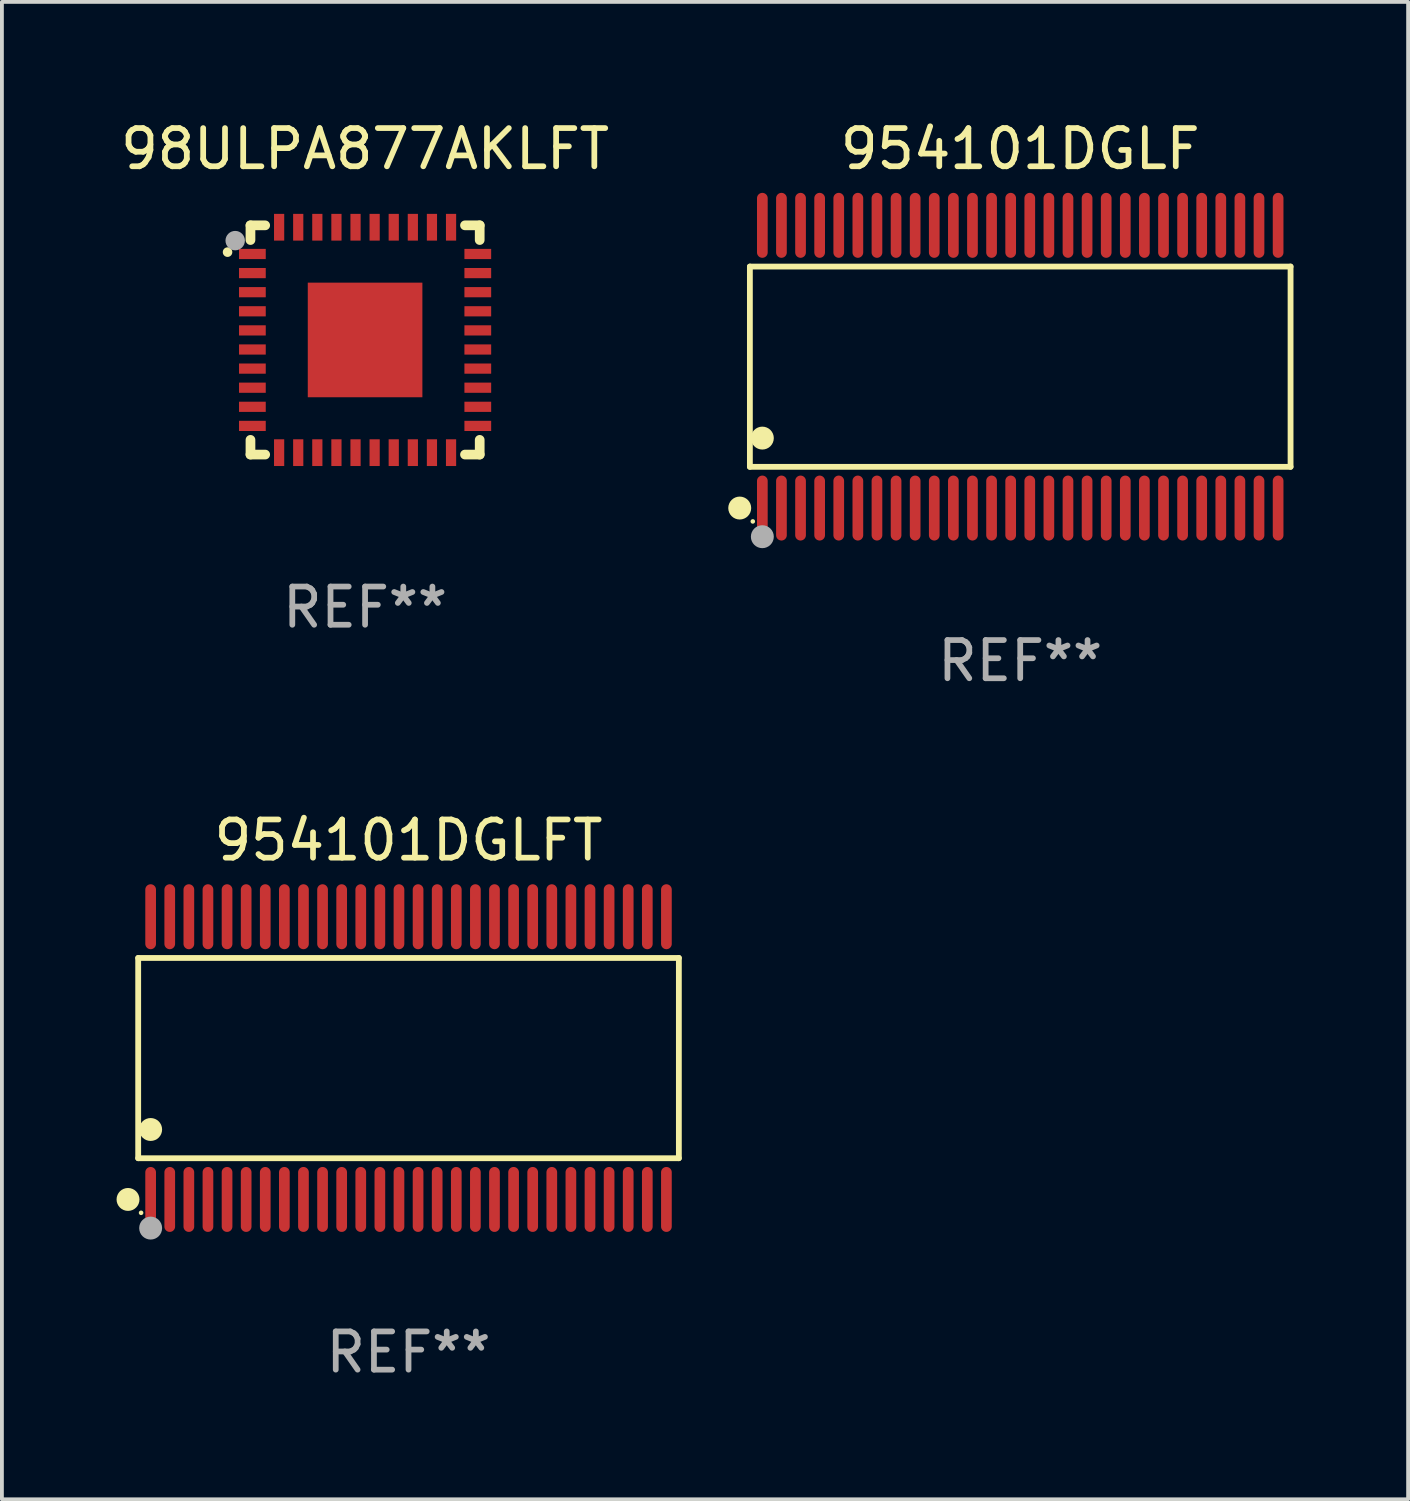
<source format=kicad_pcb>
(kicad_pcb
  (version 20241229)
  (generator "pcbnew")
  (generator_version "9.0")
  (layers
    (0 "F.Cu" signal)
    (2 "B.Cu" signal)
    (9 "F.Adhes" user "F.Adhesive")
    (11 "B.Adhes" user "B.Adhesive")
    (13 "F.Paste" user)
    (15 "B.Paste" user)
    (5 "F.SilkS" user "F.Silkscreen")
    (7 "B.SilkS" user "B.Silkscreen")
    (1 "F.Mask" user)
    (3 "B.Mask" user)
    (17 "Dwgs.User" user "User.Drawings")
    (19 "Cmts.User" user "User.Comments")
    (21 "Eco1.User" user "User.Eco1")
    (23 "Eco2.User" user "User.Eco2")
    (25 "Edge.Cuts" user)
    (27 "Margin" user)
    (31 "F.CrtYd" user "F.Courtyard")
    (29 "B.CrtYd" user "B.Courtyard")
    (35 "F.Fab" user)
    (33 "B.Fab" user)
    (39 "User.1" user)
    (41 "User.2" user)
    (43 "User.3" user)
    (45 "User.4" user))
  (footprint "954101DGLF"
    (layer "F.Cu")
    (at 23.654 6.548)
    (property "Reference" "954101DGLF" (at 0 -5.7 0) (layer "F.SilkS") (effects (font (size 1 1) (thickness 0.15))))
    (attr through_hole)
    (fp_line (start -7.076 -2.621) (end 7.076 -2.621) (stroke (width 0.152) (type solid)) (layer "F.SilkS"))
    (fp_line (start -7.076 2.621) (end -7.076 -2.621) (stroke (width 0.152) (type solid)) (layer "F.SilkS"))
    (fp_line (start 7.076 -2.621) (end 7.076 2.621) (stroke (width 0.152) (type solid)) (layer "F.SilkS"))
    (fp_line (start 7.076 2.621) (end -7.076 2.621) (stroke (width 0.152) (type solid)) (layer "F.SilkS"))
    (fp_circle (center -7.342 3.7) (end -7.192 3.7) (stroke (width 0.3) (type solid)) (fill no) (layer "F.SilkS"))
    (fp_circle (center -7 4.05) (end -6.97 4.05) (stroke (width 0.06) (type solid)) (fill no) (layer "F.SilkS"))
    (fp_circle (center -6.75 1.869) (end -6.6 1.869) (stroke (width 0.3) (type solid)) (fill no) (layer "F.SilkS"))
    (fp_circle (center -6.75 4.45) (end -6.6 4.45) (stroke (width 0.3) (type solid)) (fill no) (layer "F.Fab"))
    (fp_text user "REF**" (at 0 7.7 0) (layer "F.Fab") (effects (font (size 1 1) (thickness 0.15))))
    (pad "1" smd oval (at -6.75 3.7) (size 0.28 1.7) (layers "F.Cu" "F.Mask" "F.Paste"))
    (pad "2" smd oval (at -6.25 3.7) (size 0.28 1.7) (layers "F.Cu" "F.Mask" "F.Paste"))
    (pad "3" smd oval (at -5.75 3.7) (size 0.28 1.7) (layers "F.Cu" "F.Mask" "F.Paste"))
    (pad "4" smd oval (at -5.25 3.7) (size 0.28 1.7) (layers "F.Cu" "F.Mask" "F.Paste"))
    (pad "5" smd oval (at -4.75 3.7) (size 0.28 1.7) (layers "F.Cu" "F.Mask" "F.Paste"))
    (pad "6" smd oval (at -4.25 3.7) (size 0.28 1.7) (layers "F.Cu" "F.Mask" "F.Paste"))
    (pad "7" smd oval (at -3.75 3.7) (size 0.28 1.7) (layers "F.Cu" "F.Mask" "F.Paste"))
    (pad "8" smd oval (at -3.25 3.7) (size 0.28 1.7) (layers "F.Cu" "F.Mask" "F.Paste"))
    (pad "9" smd oval (at -2.75 3.7) (size 0.28 1.7) (layers "F.Cu" "F.Mask" "F.Paste"))
    (pad "10" smd oval (at -2.25 3.7) (size 0.28 1.7) (layers "F.Cu" "F.Mask" "F.Paste"))
    (pad "11" smd oval (at -1.75 3.7) (size 0.28 1.7) (layers "F.Cu" "F.Mask" "F.Paste"))
    (pad "12" smd oval (at -1.25 3.7) (size 0.28 1.7) (layers "F.Cu" "F.Mask" "F.Paste"))
    (pad "13" smd oval (at -0.75 3.7) (size 0.28 1.7) (layers "F.Cu" "F.Mask" "F.Paste"))
    (pad "14" smd oval (at -0.25 3.7) (size 0.28 1.7) (layers "F.Cu" "F.Mask" "F.Paste"))
    (pad "15" smd oval (at 0.25 3.7) (size 0.28 1.7) (layers "F.Cu" "F.Mask" "F.Paste"))
    (pad "16" smd oval (at 0.75 3.7) (size 0.28 1.7) (layers "F.Cu" "F.Mask" "F.Paste"))
    (pad "17" smd oval (at 1.25 3.7) (size 0.28 1.7) (layers "F.Cu" "F.Mask" "F.Paste"))
    (pad "18" smd oval (at 1.75 3.7) (size 0.28 1.7) (layers "F.Cu" "F.Mask" "F.Paste"))
    (pad "19" smd oval (at 2.25 3.7) (size 0.28 1.7) (layers "F.Cu" "F.Mask" "F.Paste"))
    (pad "20" smd oval (at 2.75 3.7) (size 0.28 1.7) (layers "F.Cu" "F.Mask" "F.Paste"))
    (pad "21" smd oval (at 3.25 3.7) (size 0.28 1.7) (layers "F.Cu" "F.Mask" "F.Paste"))
    (pad "22" smd oval (at 3.75 3.7) (size 0.28 1.7) (layers "F.Cu" "F.Mask" "F.Paste"))
    (pad "23" smd oval (at 4.25 3.7) (size 0.28 1.7) (layers "F.Cu" "F.Mask" "F.Paste"))
    (pad "24" smd oval (at 4.75 3.7) (size 0.28 1.7) (layers "F.Cu" "F.Mask" "F.Paste"))
    (pad "25" smd oval (at 5.25 3.7) (size 0.28 1.7) (layers "F.Cu" "F.Mask" "F.Paste"))
    (pad "26" smd oval (at 5.75 3.7) (size 0.28 1.7) (layers "F.Cu" "F.Mask" "F.Paste"))
    (pad "27" smd oval (at 6.25 3.7) (size 0.28 1.7) (layers "F.Cu" "F.Mask" "F.Paste"))
    (pad "28" smd oval (at 6.75 3.7) (size 0.28 1.7) (layers "F.Cu" "F.Mask" "F.Paste"))
    (pad "29" smd oval (at 6.75 -3.7) (size 0.28 1.7) (layers "F.Cu" "F.Mask" "F.Paste"))
    (pad "30" smd oval (at 6.25 -3.7) (size 0.28 1.7) (layers "F.Cu" "F.Mask" "F.Paste"))
    (pad "31" smd oval (at 5.75 -3.7) (size 0.28 1.7) (layers "F.Cu" "F.Mask" "F.Paste"))
    (pad "32" smd oval (at 5.25 -3.7) (size 0.28 1.7) (layers "F.Cu" "F.Mask" "F.Paste"))
    (pad "33" smd oval (at 4.75 -3.7) (size 0.28 1.7) (layers "F.Cu" "F.Mask" "F.Paste"))
    (pad "34" smd oval (at 4.25 -3.7) (size 0.28 1.7) (layers "F.Cu" "F.Mask" "F.Paste"))
    (pad "35" smd oval (at 3.75 -3.7) (size 0.28 1.7) (layers "F.Cu" "F.Mask" "F.Paste"))
    (pad "36" smd oval (at 3.25 -3.7) (size 0.28 1.7) (layers "F.Cu" "F.Mask" "F.Paste"))
    (pad "37" smd oval (at 2.75 -3.7) (size 0.28 1.7) (layers "F.Cu" "F.Mask" "F.Paste"))
    (pad "38" smd oval (at 2.25 -3.7) (size 0.28 1.7) (layers "F.Cu" "F.Mask" "F.Paste"))
    (pad "39" smd oval (at 1.75 -3.7) (size 0.28 1.7) (layers "F.Cu" "F.Mask" "F.Paste"))
    (pad "40" smd oval (at 1.25 -3.7) (size 0.28 1.7) (layers "F.Cu" "F.Mask" "F.Paste"))
    (pad "41" smd oval (at 0.75 -3.7) (size 0.28 1.7) (layers "F.Cu" "F.Mask" "F.Paste"))
    (pad "42" smd oval (at 0.25 -3.7) (size 0.28 1.7) (layers "F.Cu" "F.Mask" "F.Paste"))
    (pad "43" smd oval (at -0.25 -3.7) (size 0.28 1.7) (layers "F.Cu" "F.Mask" "F.Paste"))
    (pad "44" smd oval (at -0.75 -3.7) (size 0.28 1.7) (layers "F.Cu" "F.Mask" "F.Paste"))
    (pad "45" smd oval (at -1.25 -3.7) (size 0.28 1.7) (layers "F.Cu" "F.Mask" "F.Paste"))
    (pad "46" smd oval (at -1.75 -3.7) (size 0.28 1.7) (layers "F.Cu" "F.Mask" "F.Paste"))
    (pad "47" smd oval (at -2.25 -3.7) (size 0.28 1.7) (layers "F.Cu" "F.Mask" "F.Paste"))
    (pad "48" smd oval (at -2.75 -3.7) (size 0.28 1.7) (layers "F.Cu" "F.Mask" "F.Paste"))
    (pad "49" smd oval (at -3.25 -3.7) (size 0.28 1.7) (layers "F.Cu" "F.Mask" "F.Paste"))
    (pad "50" smd oval (at -3.75 -3.7) (size 0.28 1.7) (layers "F.Cu" "F.Mask" "F.Paste"))
    (pad "51" smd oval (at -4.25 -3.7) (size 0.28 1.7) (layers "F.Cu" "F.Mask" "F.Paste"))
    (pad "52" smd oval (at -4.75 -3.7) (size 0.28 1.7) (layers "F.Cu" "F.Mask" "F.Paste"))
    (pad "53" smd oval (at -5.25 -3.7) (size 0.28 1.7) (layers "F.Cu" "F.Mask" "F.Paste"))
    (pad "54" smd oval (at -5.75 -3.7) (size 0.28 1.7) (layers "F.Cu" "F.Mask" "F.Paste"))
    (pad "55" smd oval (at -6.25 -3.7) (size 0.28 1.7) (layers "F.Cu" "F.Mask" "F.Paste"))
    (pad "56" smd oval (at -6.75 -3.7) (size 0.28 1.7) (layers "F.Cu" "F.Mask" "F.Paste")))
  (footprint "98ULPA877AKLFT"
    (layer "F.Cu")
    (at 6.506 5.848)
    (property "Reference" "98ULPA877AKLFT" (at 0 -5 0) (layer "F.SilkS") (effects (font (size 1 1) (thickness 0.15))))
    (attr through_hole)
    (fp_line (start -3 -3) (end -2.615 -3) (stroke (width 0.254) (type solid)) (layer "F.SilkS"))
    (fp_line (start -3 -2.615) (end -3 -3) (stroke (width 0.254) (type solid)) (layer "F.SilkS"))
    (fp_line (start -3 3) (end -3 2.615) (stroke (width 0.254) (type solid)) (layer "F.SilkS"))
    (fp_line (start -2.615 3) (end -3 3) (stroke (width 0.254) (type solid)) (layer "F.SilkS"))
    (fp_line (start 2.615 -3) (end 3 -3) (stroke (width 0.254) (type solid)) (layer "F.SilkS"))
    (fp_line (start 3 -3) (end 3 -2.615) (stroke (width 0.254) (type solid)) (layer "F.SilkS"))
    (fp_line (start 3 2.615) (end 3 3) (stroke (width 0.254) (type solid)) (layer "F.SilkS"))
    (fp_line (start 3 3) (end 2.615 3) (stroke (width 0.254) (type solid)) (layer "F.SilkS"))
    (fp_arc (start -3.6 -2.29746) (mid -3.600006 -2.29873) (end -3.6 -2.3) (stroke (width 0.24892) (type solid)) (layer "F.SilkS"))
    (fp_circle (center -3 -3) (end -2.97 -3) (stroke (width 0.06) (type solid)) (fill no) (layer "F.SilkS"))
    (fp_circle (center -3.4 -2.6) (end -3.273 -2.6) (stroke (width 0.254) (type solid)) (fill no) (layer "F.Fab"))
    (fp_text user "REF**" (at 0 7 0) (layer "F.Fab") (effects (font (size 1 1) (thickness 0.15))))
    (pad "1" smd rect (at -2.95 -2.25 270) (size 0.267 0.7) (layers "F.Cu" "F.Mask" "F.Paste"))
    (pad "2" smd rect (at -2.95 -1.75 270) (size 0.267 0.7) (layers "F.Cu" "F.Mask" "F.Paste"))
    (pad "3" smd rect (at -2.95 -1.25 270) (size 0.267 0.7) (layers "F.Cu" "F.Mask" "F.Paste"))
    (pad "4" smd rect (at -2.95 -0.75 270) (size 0.267 0.7) (layers "F.Cu" "F.Mask" "F.Paste"))
    (pad "5" smd rect (at -2.95 -0.25 270) (size 0.267 0.7) (layers "F.Cu" "F.Mask" "F.Paste"))
    (pad "6" smd rect (at -2.95 0.25 270) (size 0.267 0.7) (layers "F.Cu" "F.Mask" "F.Paste"))
    (pad "7" smd rect (at -2.95 0.75 270) (size 0.267 0.7) (layers "F.Cu" "F.Mask" "F.Paste"))
    (pad "8" smd rect (at -2.95 1.25 270) (size 0.267 0.7) (layers "F.Cu" "F.Mask" "F.Paste"))
    (pad "9" smd rect (at -2.95 1.75 270) (size 0.267 0.7) (layers "F.Cu" "F.Mask" "F.Paste"))
    (pad "10" smd rect (at -2.95 2.25 270) (size 0.267 0.7) (layers "F.Cu" "F.Mask" "F.Paste"))
    (pad "11" smd rect (at -2.25 2.95 270) (size 0.7 0.267) (layers "F.Cu" "F.Mask" "F.Paste"))
    (pad "12" smd rect (at -1.75 2.95 270) (size 0.7 0.267) (layers "F.Cu" "F.Mask" "F.Paste"))
    (pad "13" smd rect (at -1.25 2.95 270) (size 0.7 0.267) (layers "F.Cu" "F.Mask" "F.Paste"))
    (pad "14" smd rect (at -0.75 2.95 270) (size 0.7 0.267) (layers "F.Cu" "F.Mask" "F.Paste"))
    (pad "15" smd rect (at -0.25 2.95 270) (size 0.7 0.267) (layers "F.Cu" "F.Mask" "F.Paste"))
    (pad "16" smd rect (at 0.25 2.95 270) (size 0.7 0.267) (layers "F.Cu" "F.Mask" "F.Paste"))
    (pad "17" smd rect (at 0.75 2.95 270) (size 0.7 0.267) (layers "F.Cu" "F.Mask" "F.Paste"))
    (pad "18" smd rect (at 1.25 2.95 270) (size 0.7 0.267) (layers "F.Cu" "F.Mask" "F.Paste"))
    (pad "19" smd rect (at 1.75 2.95 270) (size 0.7 0.267) (layers "F.Cu" "F.Mask" "F.Paste"))
    (pad "20" smd rect (at 2.25 2.95 270) (size 0.7 0.267) (layers "F.Cu" "F.Mask" "F.Paste"))
    (pad "21" smd rect (at 2.95 2.25 270) (size 0.267 0.7) (layers "F.Cu" "F.Mask" "F.Paste"))
    (pad "22" smd rect (at 2.95 1.75 270) (size 0.267 0.7) (layers "F.Cu" "F.Mask" "F.Paste"))
    (pad "23" smd rect (at 2.95 1.25 270) (size 0.267 0.7) (layers "F.Cu" "F.Mask" "F.Paste"))
    (pad "24" smd rect (at 2.95 0.75 270) (size 0.267 0.7) (layers "F.Cu" "F.Mask" "F.Paste"))
    (pad "25" smd rect (at 2.95 0.25 270) (size 0.267 0.7) (layers "F.Cu" "F.Mask" "F.Paste"))
    (pad "26" smd rect (at 2.95 -0.25 270) (size 0.267 0.7) (layers "F.Cu" "F.Mask" "F.Paste"))
    (pad "27" smd rect (at 2.95 -0.75 270) (size 0.267 0.7) (layers "F.Cu" "F.Mask" "F.Paste"))
    (pad "28" smd rect (at 2.95 -1.25 270) (size 0.267 0.7) (layers "F.Cu" "F.Mask" "F.Paste"))
    (pad "29" smd rect (at 2.95 -1.75 270) (size 0.267 0.7) (layers "F.Cu" "F.Mask" "F.Paste"))
    (pad "30" smd rect (at 2.95 -2.25 270) (size 0.267 0.7) (layers "F.Cu" "F.Mask" "F.Paste"))
    (pad "31" smd rect (at 2.25 -2.95 270) (size 0.7 0.267) (layers "F.Cu" "F.Mask" "F.Paste"))
    (pad "32" smd rect (at 1.75 -2.95 270) (size 0.7 0.267) (layers "F.Cu" "F.Mask" "F.Paste"))
    (pad "33" smd rect (at 1.25 -2.95 270) (size 0.7 0.267) (layers "F.Cu" "F.Mask" "F.Paste"))
    (pad "34" smd rect (at 0.75 -2.95 270) (size 0.7 0.267) (layers "F.Cu" "F.Mask" "F.Paste"))
    (pad "35" smd rect (at 0.25 -2.95 270) (size 0.7 0.267) (layers "F.Cu" "F.Mask" "F.Paste"))
    (pad "36" smd rect (at -0.25 -2.95 270) (size 0.7 0.267) (layers "F.Cu" "F.Mask" "F.Paste"))
    (pad "37" smd rect (at -0.75 -2.95 270) (size 0.7 0.267) (layers "F.Cu" "F.Mask" "F.Paste"))
    (pad "38" smd rect (at -1.25 -2.95 270) (size 0.7 0.267) (layers "F.Cu" "F.Mask" "F.Paste"))
    (pad "39" smd rect (at -1.75 -2.95 270) (size 0.7 0.267) (layers "F.Cu" "F.Mask" "F.Paste"))
    (pad "40" smd rect (at -2.25 -2.95 270) (size 0.7 0.267) (layers "F.Cu" "F.Mask" "F.Paste"))
    (pad "41" smd rect (at -0.000127 0.000076 270) (size 3 3) (layers "F.Cu" "F.Mask" "F.Paste")))
  (footprint "954101DGLFT"
    (layer "F.Cu")
    (at 7.643 24.645)
    (property "Reference" "954101DGLFT" (at 0 -5.7 0) (layer "F.SilkS") (effects (font (size 1 1) (thickness 0.15))))
    (attr through_hole)
    (fp_line (start -7.076 -2.621) (end 7.076 -2.621) (stroke (width 0.152) (type solid)) (layer "F.SilkS"))
    (fp_line (start -7.076 2.621) (end -7.076 -2.621) (stroke (width 0.152) (type solid)) (layer "F.SilkS"))
    (fp_line (start 7.076 -2.621) (end 7.076 2.621) (stroke (width 0.152) (type solid)) (layer "F.SilkS"))
    (fp_line (start 7.076 2.621) (end -7.076 2.621) (stroke (width 0.152) (type solid)) (layer "F.SilkS"))
    (fp_circle (center -7.342 3.7) (end -7.192 3.7) (stroke (width 0.3) (type solid)) (fill no) (layer "F.SilkS"))
    (fp_circle (center -7 4.05) (end -6.97 4.05) (stroke (width 0.06) (type solid)) (fill no) (layer "F.SilkS"))
    (fp_circle (center -6.75 1.869) (end -6.6 1.869) (stroke (width 0.3) (type solid)) (fill no) (layer "F.SilkS"))
    (fp_circle (center -6.75 4.45) (end -6.6 4.45) (stroke (width 0.3) (type solid)) (fill no) (layer "F.Fab"))
    (fp_text user "REF**" (at 0 7.7 0) (layer "F.Fab") (effects (font (size 1 1) (thickness 0.15))))
    (pad "1" smd oval (at -6.75 3.7) (size 0.28 1.7) (layers "F.Cu" "F.Mask" "F.Paste"))
    (pad "2" smd oval (at -6.25 3.7) (size 0.28 1.7) (layers "F.Cu" "F.Mask" "F.Paste"))
    (pad "3" smd oval (at -5.75 3.7) (size 0.28 1.7) (layers "F.Cu" "F.Mask" "F.Paste"))
    (pad "4" smd oval (at -5.25 3.7) (size 0.28 1.7) (layers "F.Cu" "F.Mask" "F.Paste"))
    (pad "5" smd oval (at -4.75 3.7) (size 0.28 1.7) (layers "F.Cu" "F.Mask" "F.Paste"))
    (pad "6" smd oval (at -4.25 3.7) (size 0.28 1.7) (layers "F.Cu" "F.Mask" "F.Paste"))
    (pad "7" smd oval (at -3.75 3.7) (size 0.28 1.7) (layers "F.Cu" "F.Mask" "F.Paste"))
    (pad "8" smd oval (at -3.25 3.7) (size 0.28 1.7) (layers "F.Cu" "F.Mask" "F.Paste"))
    (pad "9" smd oval (at -2.75 3.7) (size 0.28 1.7) (layers "F.Cu" "F.Mask" "F.Paste"))
    (pad "10" smd oval (at -2.25 3.7) (size 0.28 1.7) (layers "F.Cu" "F.Mask" "F.Paste"))
    (pad "11" smd oval (at -1.75 3.7) (size 0.28 1.7) (layers "F.Cu" "F.Mask" "F.Paste"))
    (pad "12" smd oval (at -1.25 3.7) (size 0.28 1.7) (layers "F.Cu" "F.Mask" "F.Paste"))
    (pad "13" smd oval (at -0.75 3.7) (size 0.28 1.7) (layers "F.Cu" "F.Mask" "F.Paste"))
    (pad "14" smd oval (at -0.25 3.7) (size 0.28 1.7) (layers "F.Cu" "F.Mask" "F.Paste"))
    (pad "15" smd oval (at 0.25 3.7) (size 0.28 1.7) (layers "F.Cu" "F.Mask" "F.Paste"))
    (pad "16" smd oval (at 0.75 3.7) (size 0.28 1.7) (layers "F.Cu" "F.Mask" "F.Paste"))
    (pad "17" smd oval (at 1.25 3.7) (size 0.28 1.7) (layers "F.Cu" "F.Mask" "F.Paste"))
    (pad "18" smd oval (at 1.75 3.7) (size 0.28 1.7) (layers "F.Cu" "F.Mask" "F.Paste"))
    (pad "19" smd oval (at 2.25 3.7) (size 0.28 1.7) (layers "F.Cu" "F.Mask" "F.Paste"))
    (pad "20" smd oval (at 2.75 3.7) (size 0.28 1.7) (layers "F.Cu" "F.Mask" "F.Paste"))
    (pad "21" smd oval (at 3.25 3.7) (size 0.28 1.7) (layers "F.Cu" "F.Mask" "F.Paste"))
    (pad "22" smd oval (at 3.75 3.7) (size 0.28 1.7) (layers "F.Cu" "F.Mask" "F.Paste"))
    (pad "23" smd oval (at 4.25 3.7) (size 0.28 1.7) (layers "F.Cu" "F.Mask" "F.Paste"))
    (pad "24" smd oval (at 4.75 3.7) (size 0.28 1.7) (layers "F.Cu" "F.Mask" "F.Paste"))
    (pad "25" smd oval (at 5.25 3.7) (size 0.28 1.7) (layers "F.Cu" "F.Mask" "F.Paste"))
    (pad "26" smd oval (at 5.75 3.7) (size 0.28 1.7) (layers "F.Cu" "F.Mask" "F.Paste"))
    (pad "27" smd oval (at 6.25 3.7) (size 0.28 1.7) (layers "F.Cu" "F.Mask" "F.Paste"))
    (pad "28" smd oval (at 6.75 3.7) (size 0.28 1.7) (layers "F.Cu" "F.Mask" "F.Paste"))
    (pad "29" smd oval (at 6.75 -3.7) (size 0.28 1.7) (layers "F.Cu" "F.Mask" "F.Paste"))
    (pad "30" smd oval (at 6.25 -3.7) (size 0.28 1.7) (layers "F.Cu" "F.Mask" "F.Paste"))
    (pad "31" smd oval (at 5.75 -3.7) (size 0.28 1.7) (layers "F.Cu" "F.Mask" "F.Paste"))
    (pad "32" smd oval (at 5.25 -3.7) (size 0.28 1.7) (layers "F.Cu" "F.Mask" "F.Paste"))
    (pad "33" smd oval (at 4.75 -3.7) (size 0.28 1.7) (layers "F.Cu" "F.Mask" "F.Paste"))
    (pad "34" smd oval (at 4.25 -3.7) (size 0.28 1.7) (layers "F.Cu" "F.Mask" "F.Paste"))
    (pad "35" smd oval (at 3.75 -3.7) (size 0.28 1.7) (layers "F.Cu" "F.Mask" "F.Paste"))
    (pad "36" smd oval (at 3.25 -3.7) (size 0.28 1.7) (layers "F.Cu" "F.Mask" "F.Paste"))
    (pad "37" smd oval (at 2.75 -3.7) (size 0.28 1.7) (layers "F.Cu" "F.Mask" "F.Paste"))
    (pad "38" smd oval (at 2.25 -3.7) (size 0.28 1.7) (layers "F.Cu" "F.Mask" "F.Paste"))
    (pad "39" smd oval (at 1.75 -3.7) (size 0.28 1.7) (layers "F.Cu" "F.Mask" "F.Paste"))
    (pad "40" smd oval (at 1.25 -3.7) (size 0.28 1.7) (layers "F.Cu" "F.Mask" "F.Paste"))
    (pad "41" smd oval (at 0.75 -3.7) (size 0.28 1.7) (layers "F.Cu" "F.Mask" "F.Paste"))
    (pad "42" smd oval (at 0.25 -3.7) (size 0.28 1.7) (layers "F.Cu" "F.Mask" "F.Paste"))
    (pad "43" smd oval (at -0.25 -3.7) (size 0.28 1.7) (layers "F.Cu" "F.Mask" "F.Paste"))
    (pad "44" smd oval (at -0.75 -3.7) (size 0.28 1.7) (layers "F.Cu" "F.Mask" "F.Paste"))
    (pad "45" smd oval (at -1.25 -3.7) (size 0.28 1.7) (layers "F.Cu" "F.Mask" "F.Paste"))
    (pad "46" smd oval (at -1.75 -3.7) (size 0.28 1.7) (layers "F.Cu" "F.Mask" "F.Paste"))
    (pad "47" smd oval (at -2.25 -3.7) (size 0.28 1.7) (layers "F.Cu" "F.Mask" "F.Paste"))
    (pad "48" smd oval (at -2.75 -3.7) (size 0.28 1.7) (layers "F.Cu" "F.Mask" "F.Paste"))
    (pad "49" smd oval (at -3.25 -3.7) (size 0.28 1.7) (layers "F.Cu" "F.Mask" "F.Paste"))
    (pad "50" smd oval (at -3.75 -3.7) (size 0.28 1.7) (layers "F.Cu" "F.Mask" "F.Paste"))
    (pad "51" smd oval (at -4.25 -3.7) (size 0.28 1.7) (layers "F.Cu" "F.Mask" "F.Paste"))
    (pad "52" smd oval (at -4.75 -3.7) (size 0.28 1.7) (layers "F.Cu" "F.Mask" "F.Paste"))
    (pad "53" smd oval (at -5.25 -3.7) (size 0.28 1.7) (layers "F.Cu" "F.Mask" "F.Paste"))
    (pad "54" smd oval (at -5.75 -3.7) (size 0.28 1.7) (layers "F.Cu" "F.Mask" "F.Paste"))
    (pad "55" smd oval (at -6.25 -3.7) (size 0.28 1.7) (layers "F.Cu" "F.Mask" "F.Paste"))
    (pad "56" smd oval (at -6.75 -3.7) (size 0.28 1.7) (layers "F.Cu" "F.Mask" "F.Paste")))
  (gr_rect
    (start -3 -3)
    (end 33.807 36.193)
    (stroke (width 0.1) (type default))
    (fill no)
    (layer "Edge.Cuts")))
</source>
